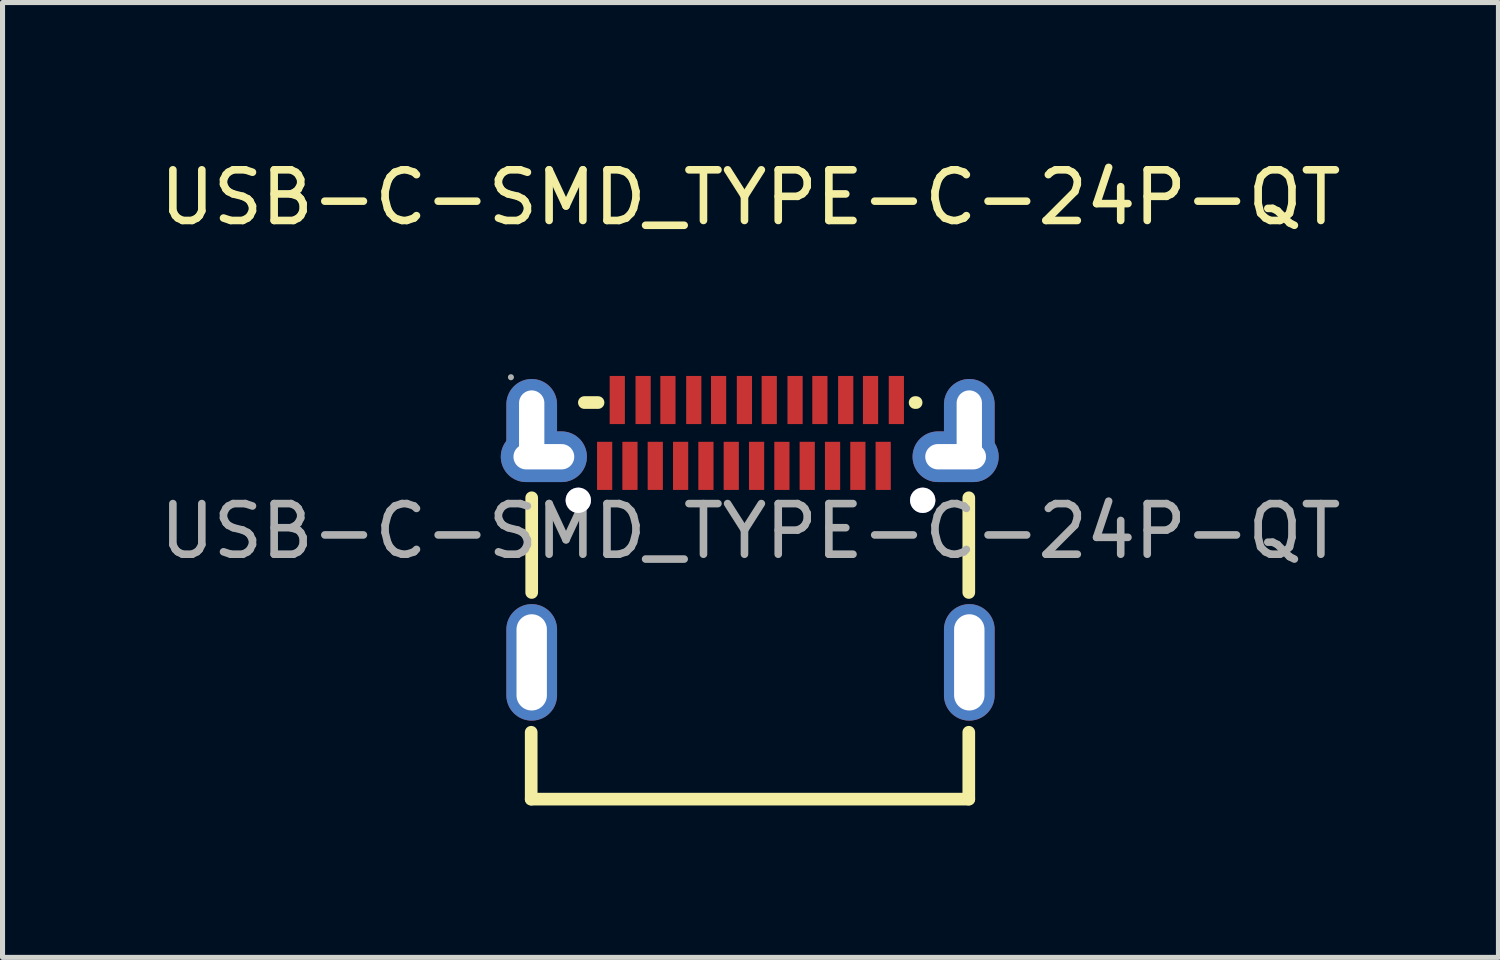
<source format=kicad_pcb>
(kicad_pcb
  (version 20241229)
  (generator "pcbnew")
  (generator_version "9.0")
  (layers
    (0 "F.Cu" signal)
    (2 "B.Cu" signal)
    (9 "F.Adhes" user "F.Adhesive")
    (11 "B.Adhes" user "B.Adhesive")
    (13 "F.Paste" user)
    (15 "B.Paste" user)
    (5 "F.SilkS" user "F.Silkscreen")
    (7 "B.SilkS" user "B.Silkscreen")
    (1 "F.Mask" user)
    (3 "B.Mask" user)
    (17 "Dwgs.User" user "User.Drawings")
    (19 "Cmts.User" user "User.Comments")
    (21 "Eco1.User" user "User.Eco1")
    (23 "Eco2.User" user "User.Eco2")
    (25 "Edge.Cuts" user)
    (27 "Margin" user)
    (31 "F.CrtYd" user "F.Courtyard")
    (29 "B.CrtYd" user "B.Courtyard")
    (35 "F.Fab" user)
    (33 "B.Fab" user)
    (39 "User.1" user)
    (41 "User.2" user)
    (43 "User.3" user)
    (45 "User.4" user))
  (footprint "USB-C-SMD_TYPE-C-24P-QT"
    (layer "F.Cu")
    (at 11.768 7.438)
    (property "Reference" "USB-C-SMD_TYPE-C-24P-QT" (at 0 -6.59 0) (layer "F.SilkS") (effects (font (size 1 1) (thickness 0.15))))
    (attr smd)
    (fp_line (start -4.33 5.29) (end -4.33 3.97) (stroke (width 0.25) (type solid)) (layer "F.SilkS"))
    (fp_line (start -4.32 1.21) (end -4.32 -0.66) (stroke (width 0.25) (type solid)) (layer "F.SilkS"))
    (fp_line (start -3.28 -2.54) (end -3.01 -2.54) (stroke (width 0.25) (type solid)) (layer "F.SilkS"))
    (fp_line (start 3.25 -2.54) (end 3.27 -2.54) (stroke (width 0.25) (type solid)) (layer "F.SilkS"))
    (fp_line (start 4.31 1.21) (end 4.31 -0.66) (stroke (width 0.25) (type solid)) (layer "F.SilkS"))
    (fp_line (start 4.31 5.29) (end -4.33 5.29) (stroke (width 0.25) (type solid)) (layer "F.SilkS"))
    (fp_line (start 4.31 5.29) (end 4.31 3.97) (stroke (width 0.25) (type solid)) (layer "F.SilkS"))
    (fp_circle (center -3.4 -0.61) (end -3.3 -0.61) (stroke (width 0.2) (type solid)) (fill no) (layer "Cmts.User"))
    (fp_circle (center 3.4 -0.61) (end 3.5 -0.61) (stroke (width 0.2) (type solid)) (fill no) (layer "Cmts.User"))
    (fp_circle (center -4.73 -3.04) (end -4.7 -3.04) (stroke (width 0.06) (type solid)) (fill no) (layer "F.Fab"))
    (fp_text user "${REFERENCE}" (at 0 0 0) (layer "F.Fab") (effects (font (size 1 1) (thickness 0.15))))
    (pad "" thru_hole circle (at -3.4 -0.61) (size 0.5 0.5) (drill 0.5) (layers "*.Cu" "*.Mask"))
    (pad "" thru_hole circle (at 3.4 -0.61) (size 0.5 0.5) (drill 0.5) (layers "*.Cu" "*.Mask"))
    (pad "3" thru_hole oval (at 4.32 2.59) (size 1 2.3) (drill oval 0.6 1.9) (layers "*.Cu" "*.Mask"))
    (pad "4" thru_hole oval (at -4.32 2.59) (size 1 2.3) (drill oval 0.6 1.9) (layers "*.Cu" "*.Mask"))
    (pad "25" thru_hole oval (at -4.32 -2.03) (size 1 1.95) (drill oval 0.5 1.5) (layers "*.Cu" "*.Mask"))
    (pad "25" thru_hole oval (at -4.08 -1.47 90) (size 1 1.7) (drill oval 0.5 1.2) (layers "*.Cu" "*.Mask"))
    (pad "25" thru_hole oval (at 4.05 -1.47 90) (size 1 1.7) (drill oval 0.5 1.2) (layers "*.Cu" "*.Mask"))
    (pad "25" thru_hole oval (at 4.32 -2.03) (size 1 1.95) (drill oval 0.5 1.5) (layers "*.Cu" "*.Mask"))
    (pad "A1" smd rect (at -2.63 -2.59) (size 0.3 0.95) (layers "F.Cu" "F.Mask" "F.Paste"))
    (pad "A2" smd rect (at -2.12 -2.59) (size 0.3 0.95) (layers "F.Cu" "F.Mask" "F.Paste"))
    (pad "A3" smd rect (at -1.63 -2.59) (size 0.3 0.95) (layers "F.Cu" "F.Mask" "F.Paste"))
    (pad "A4" smd rect (at -1.12 -2.59) (size 0.3 0.95) (layers "F.Cu" "F.Mask" "F.Paste"))
    (pad "A5" smd rect (at -0.63 -2.59) (size 0.3 0.95) (layers "F.Cu" "F.Mask" "F.Paste"))
    (pad "A6" smd rect (at -0.12 -2.59) (size 0.3 0.95) (layers "F.Cu" "F.Mask" "F.Paste"))
    (pad "A7" smd rect (at 0.37 -2.59) (size 0.3 0.95) (layers "F.Cu" "F.Mask" "F.Paste"))
    (pad "A8" smd rect (at 0.88 -2.59) (size 0.3 0.95) (layers "F.Cu" "F.Mask" "F.Paste"))
    (pad "A9" smd rect (at 1.37 -2.59) (size 0.3 0.95) (layers "F.Cu" "F.Mask" "F.Paste"))
    (pad "A10" smd rect (at 1.88 -2.59) (size 0.3 0.95) (layers "F.Cu" "F.Mask" "F.Paste"))
    (pad "A11" smd rect (at 2.37 -2.59) (size 0.3 0.95) (layers "F.Cu" "F.Mask" "F.Paste"))
    (pad "A12" smd rect (at 2.88 -2.59) (size 0.3 0.95) (layers "F.Cu" "F.Mask" "F.Paste"))
    (pad "B1" smd rect (at 2.62 -1.29) (size 0.3 0.95) (layers "F.Cu" "F.Mask" "F.Paste"))
    (pad "B2" smd rect (at 2.12 -1.29) (size 0.3 0.95) (layers "F.Cu" "F.Mask" "F.Paste"))
    (pad "B3" smd rect (at 1.62 -1.29) (size 0.3 0.95) (layers "F.Cu" "F.Mask" "F.Paste"))
    (pad "B4" smd rect (at 1.12 -1.29) (size 0.3 0.95) (layers "F.Cu" "F.Mask" "F.Paste"))
    (pad "B5" smd rect (at 0.62 -1.29) (size 0.3 0.95) (layers "F.Cu" "F.Mask" "F.Paste"))
    (pad "B6" smd rect (at 0.12 -1.29) (size 0.3 0.95) (layers "F.Cu" "F.Mask" "F.Paste"))
    (pad "B7" smd rect (at -0.38 -1.29) (size 0.3 0.95) (layers "F.Cu" "F.Mask" "F.Paste"))
    (pad "B8" smd rect (at -0.88 -1.29) (size 0.3 0.95) (layers "F.Cu" "F.Mask" "F.Paste"))
    (pad "B9" smd rect (at -1.38 -1.29) (size 0.3 0.95) (layers "F.Cu" "F.Mask" "F.Paste"))
    (pad "B10" smd rect (at -1.88 -1.29) (size 0.3 0.95) (layers "F.Cu" "F.Mask" "F.Paste"))
    (pad "B11" smd rect (at -2.38 -1.29) (size 0.3 0.95) (layers "F.Cu" "F.Mask" "F.Paste"))
    (pad "B12" smd rect (at -2.88 -1.29) (size 0.3 0.95) (layers "F.Cu" "F.Mask" "F.Paste")))
  (gr_rect
    (start -3 -3)
    (end 26.536 15.853)
    (stroke (width 0.1) (type default))
    (fill no)
    (layer "Edge.Cuts")))
</source>
